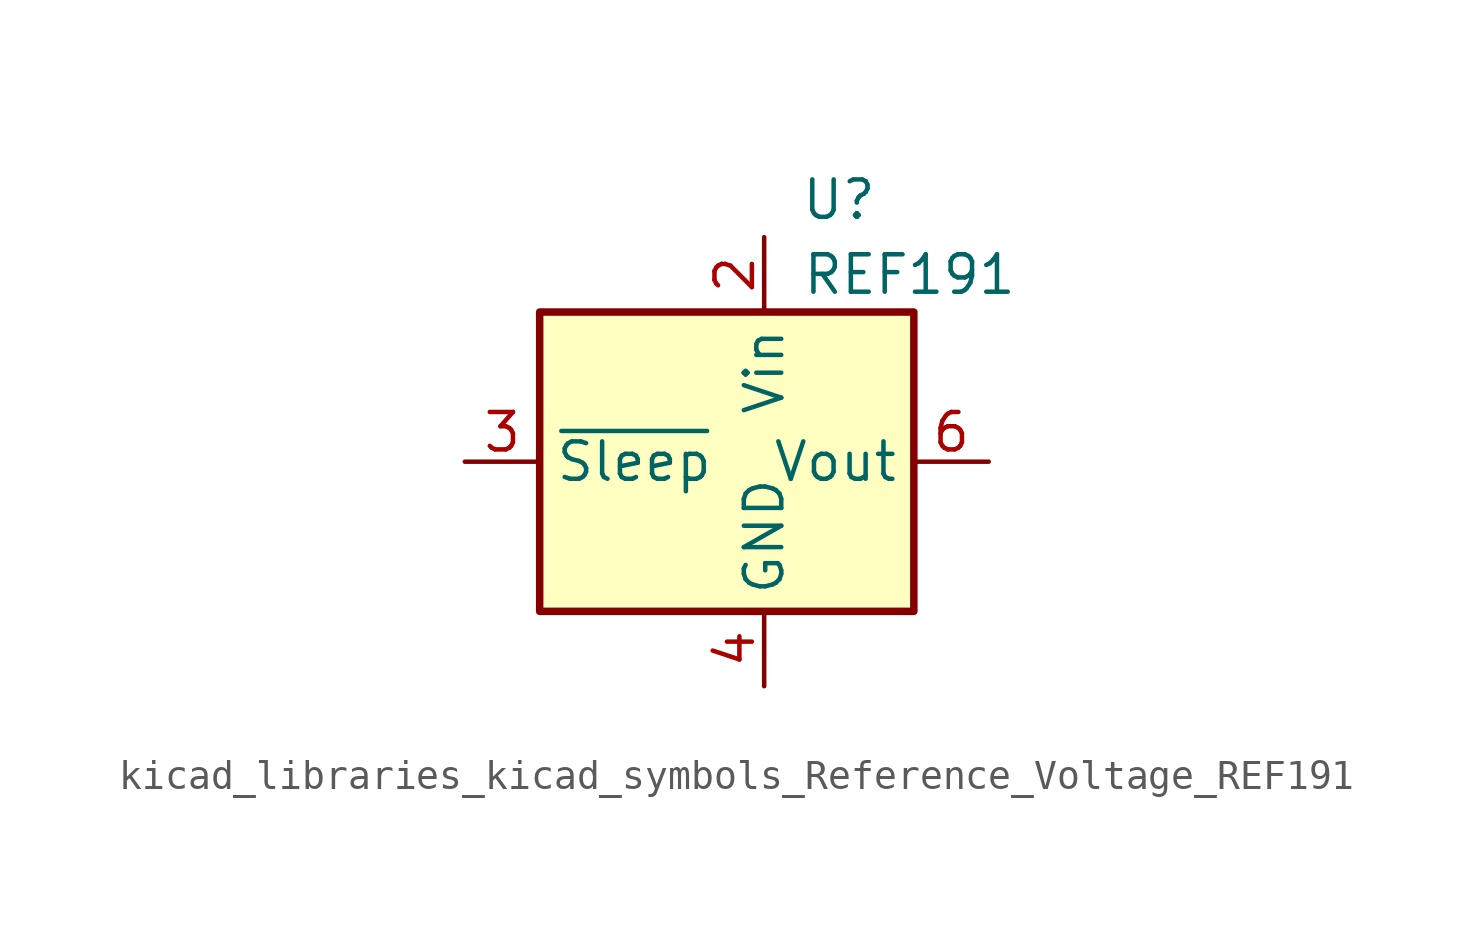
<source format=kicad_sym>
(kicad_symbol_lib
  (version 20220914)
  (generator kicad_symbol_editor)
  (symbol "kicad_libraries_kicad_symbols_Reference_Voltage_REF191"
    (property "Reference" "U"
      (at 2.54 8.89 0)
      (effects (font (size 1.27 1.27))))
    (property "Value" "REF191"
      (at 1.27 6.35 0)
      (effects (font (size 1.27 1.27)) (justify left)))
    (symbol "kicad_libraries_kicad_symbols_Reference_Voltage_REF191_0_1"
      (rectangle (start -7.62 5.08) (end 5.08 -5.08) (stroke (width 0.254) (type default)) (fill (type background))))
    (symbol "kicad_libraries_kicad_symbols_Reference_Voltage_REF191_1_1"
      (pin no_connect line (at -7.62 2.54 0) (length 2.54) hide (name "TP" (effects (font (size 1.27 1.27)))) (number "1" (effects (font (size 1.27 1.27)))))
      (pin power_in line (at 0 7.62 270) (length 2.54) (name "Vin" (effects (font (size 1.27 1.27)))) (number "2" (effects (font (size 1.27 1.27)))))
      (pin input line (at -10.16 0 0) (length 2.54) (name "~{Sleep}" (effects (font (size 1.27 1.27)))) (number "3" (effects (font (size 1.27 1.27)))))
      (pin power_in line (at 0 -7.62 90) (length 2.54) (name "GND" (effects (font (size 1.27 1.27)))) (number "4" (effects (font (size 1.27 1.27)))))
      (pin no_connect line (at -5.08 -5.08 90) (length 2.54) hide (name "TP" (effects (font (size 1.27 1.27)))) (number "5" (effects (font (size 1.27 1.27)))))
      (pin power_out line (at 7.62 0 180) (length 2.54) (name "Vout" (effects (font (size 1.27 1.27)))) (number "6" (effects (font (size 1.27 1.27)))))
      (pin no_connect line (at -2.54 -5.08 90) (length 2.54) hide (name "NC" (effects (font (size 1.27 1.27)))) (number "7" (effects (font (size 1.27 1.27)))))
      (pin no_connect line (at 2.54 -5.08 90) (length 2.54) hide (name "NC" (effects (font (size 1.27 1.27)))) (number "8" (effects (font (size 1.27 1.27))))))))
</source>
